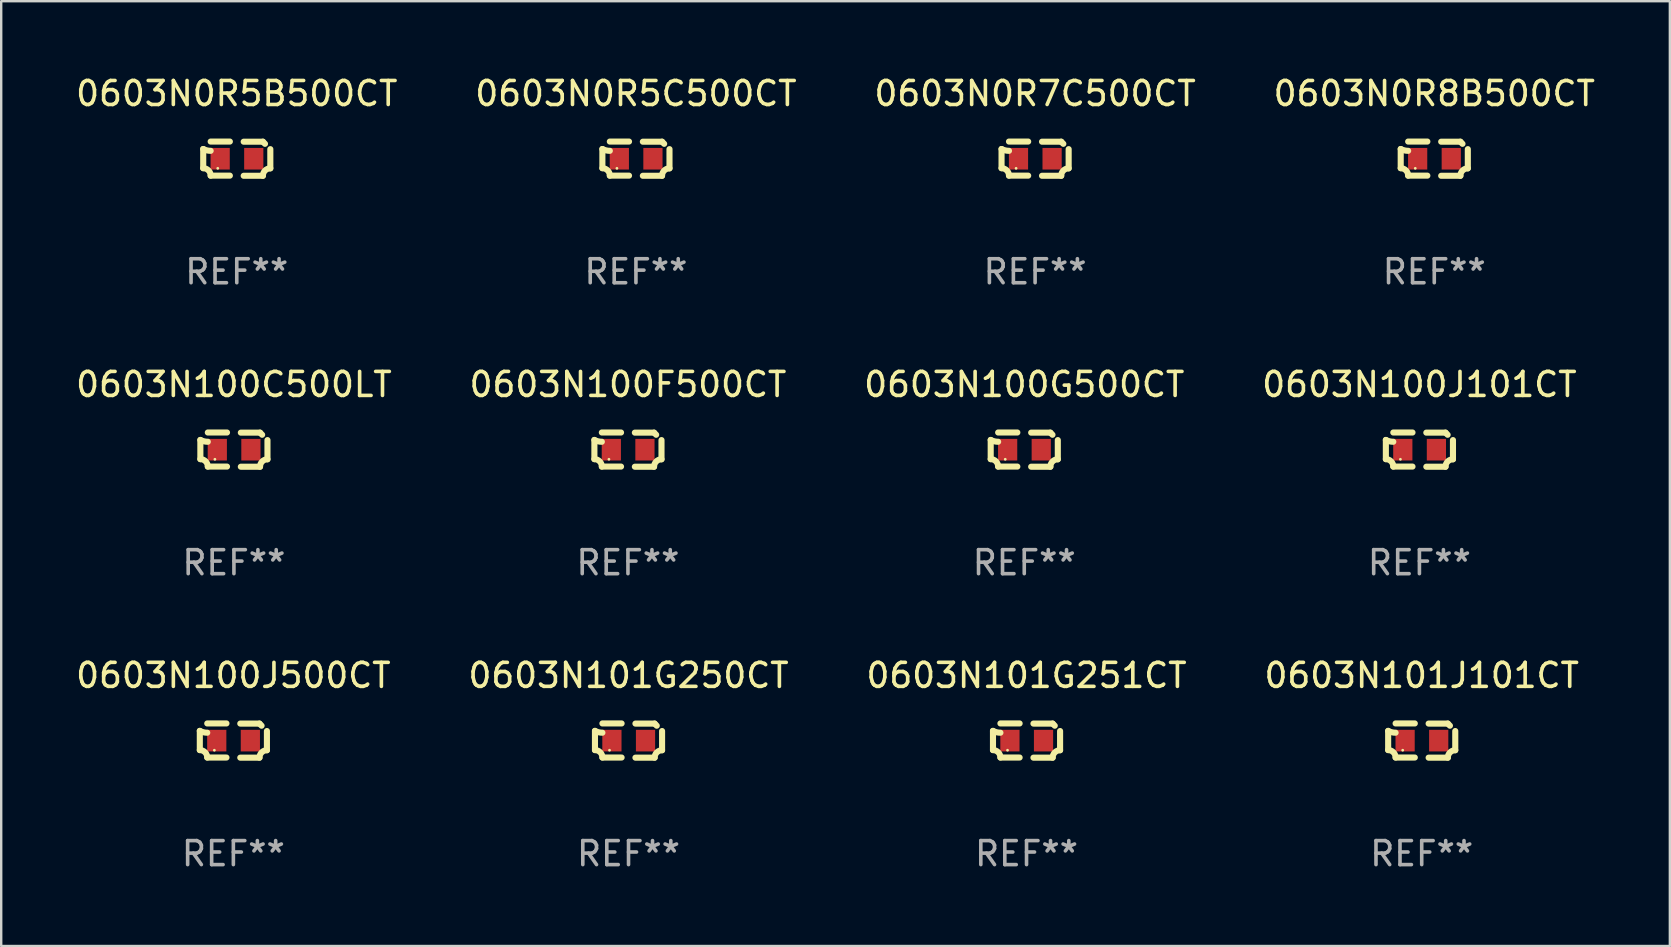
<source format=kicad_pcb>
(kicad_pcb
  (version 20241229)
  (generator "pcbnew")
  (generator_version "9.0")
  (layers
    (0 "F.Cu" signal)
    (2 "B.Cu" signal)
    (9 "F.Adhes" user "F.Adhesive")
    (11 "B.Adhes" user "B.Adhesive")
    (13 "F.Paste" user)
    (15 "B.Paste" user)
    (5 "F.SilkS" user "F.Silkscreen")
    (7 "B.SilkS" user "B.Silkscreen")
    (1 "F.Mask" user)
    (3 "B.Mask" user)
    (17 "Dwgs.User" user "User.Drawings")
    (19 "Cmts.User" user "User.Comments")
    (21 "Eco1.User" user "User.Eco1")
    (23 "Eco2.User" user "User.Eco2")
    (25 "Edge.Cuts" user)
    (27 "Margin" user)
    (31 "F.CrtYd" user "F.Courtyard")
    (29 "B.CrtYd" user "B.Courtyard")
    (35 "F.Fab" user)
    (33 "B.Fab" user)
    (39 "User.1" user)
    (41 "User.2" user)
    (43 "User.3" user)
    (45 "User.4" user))
  (footprint "0603N100C500LT"
    (layer "F.Cu")
    (at 6.696 15.683)
    (property "Reference" "0603N100C500LT" (at 0 -2.713 0) (layer "F.SilkS") (effects (font (size 1 1) (thickness 0.15))))
    (attr through_hole)
    (fp_line (start -1.398 -0.403) (end -1.398 0.397) (stroke (width 0.254) (type solid)) (layer "F.SilkS"))
    (fp_line (start -0.288 -0.713) (end -1.088 -0.713) (stroke (width 0.254) (type solid)) (layer "F.SilkS"))
    (fp_line (start -0.288 0.707) (end -1.088 0.707) (stroke (width 0.254) (type solid)) (layer "F.SilkS"))
    (fp_line (start 0.288 -0.707) (end 1.088 -0.707) (stroke (width 0.254) (type solid)) (layer "F.SilkS"))
    (fp_line (start 0.288 0.713) (end 1.088 0.713) (stroke (width 0.254) (type solid)) (layer "F.SilkS"))
    (fp_line (start 1.398 -0.397) (end 1.398 0.403) (stroke (width 0.254) (type solid)) (layer "F.SilkS"))
    (fp_arc (start -1.397789 0.397066) (mid -1.178701 0.487826) (end -1.08796 0.706922) (stroke (width 0.254001) (type solid)) (layer "F.SilkS"))
    (fp_arc (start -1.08796 -0.327176) (mid -1.247436 -0.346384) (end -1.39779 -0.402908) (stroke (width 0.254001) (type solid)) (layer "F.SilkS"))
    (fp_arc (start 1.087909 0.712738) (mid 1.178656 0.493655) (end 1.397739 0.402908) (stroke (width 0.254001) (type solid)) (layer "F.SilkS"))
    (fp_arc (start 1.175925 -0.618926) (mid 1.131917 -0.662923) (end 1.08791 -0.706922) (stroke (width 0.254001) (type solid)) (layer "F.SilkS"))
    (fp_circle (center -0.792 0.403) (end -0.762 0.403) (stroke (width 0.06) (type solid)) (fill no) (layer "F.SilkS"))
    (fp_text user "REF**" (at 0 4.713 0) (layer "F.Fab") (effects (font (size 1 1) (thickness 0.15))))
    (pad "1" smd rect (at -0.692 0.003) (size 0.8 0.9) (layers "F.Cu" "F.Mask" "F.Paste"))
    (pad "2" smd rect (at 0.708 0.003) (size 0.8 0.9) (layers "F.Cu" "F.Mask" "F.Paste")))
  (footprint "0603N101G250CT"
    (layer "F.Cu")
    (at 23.137 27.805)
    (property "Reference" "0603N101G250CT" (at 0 -2.713 0) (layer "F.SilkS") (effects (font (size 1 1) (thickness 0.15))))
    (attr through_hole)
    (fp_line (start -1.398 -0.403) (end -1.398 0.397) (stroke (width 0.254) (type solid)) (layer "F.SilkS"))
    (fp_line (start -0.288 -0.713) (end -1.088 -0.713) (stroke (width 0.254) (type solid)) (layer "F.SilkS"))
    (fp_line (start -0.288 0.707) (end -1.088 0.707) (stroke (width 0.254) (type solid)) (layer "F.SilkS"))
    (fp_line (start 0.288 -0.707) (end 1.088 -0.707) (stroke (width 0.254) (type solid)) (layer "F.SilkS"))
    (fp_line (start 0.288 0.713) (end 1.088 0.713) (stroke (width 0.254) (type solid)) (layer "F.SilkS"))
    (fp_line (start 1.398 -0.397) (end 1.398 0.403) (stroke (width 0.254) (type solid)) (layer "F.SilkS"))
    (fp_arc (start -1.397789 0.397066) (mid -1.178701 0.487826) (end -1.08796 0.706922) (stroke (width 0.254001) (type solid)) (layer "F.SilkS"))
    (fp_arc (start -1.08796 -0.327176) (mid -1.247436 -0.346384) (end -1.39779 -0.402908) (stroke (width 0.254001) (type solid)) (layer "F.SilkS"))
    (fp_arc (start 1.087909 0.712738) (mid 1.178656 0.493655) (end 1.397739 0.402908) (stroke (width 0.254001) (type solid)) (layer "F.SilkS"))
    (fp_arc (start 1.175925 -0.618926) (mid 1.131917 -0.662923) (end 1.08791 -0.706922) (stroke (width 0.254001) (type solid)) (layer "F.SilkS"))
    (fp_circle (center -0.792 0.403) (end -0.762 0.403) (stroke (width 0.06) (type solid)) (fill no) (layer "F.SilkS"))
    (fp_text user "REF**" (at 0 4.713 0) (layer "F.Fab") (effects (font (size 1 1) (thickness 0.15))))
    (pad "1" smd rect (at -0.692 0.003) (size 0.8 0.9) (layers "F.Cu" "F.Mask" "F.Paste"))
    (pad "2" smd rect (at 0.708 0.003) (size 0.8 0.9) (layers "F.Cu" "F.Mask" "F.Paste")))
  (footprint "0603N100G500CT"
    (layer "F.Cu")
    (at 39.625 15.683)
    (property "Reference" "0603N100G500CT" (at 0 -2.713 0) (layer "F.SilkS") (effects (font (size 1 1) (thickness 0.15))))
    (attr through_hole)
    (fp_line (start -1.398 -0.403) (end -1.398 0.397) (stroke (width 0.254) (type solid)) (layer "F.SilkS"))
    (fp_line (start -0.288 -0.713) (end -1.088 -0.713) (stroke (width 0.254) (type solid)) (layer "F.SilkS"))
    (fp_line (start -0.288 0.707) (end -1.088 0.707) (stroke (width 0.254) (type solid)) (layer "F.SilkS"))
    (fp_line (start 0.288 -0.707) (end 1.088 -0.707) (stroke (width 0.254) (type solid)) (layer "F.SilkS"))
    (fp_line (start 0.288 0.713) (end 1.088 0.713) (stroke (width 0.254) (type solid)) (layer "F.SilkS"))
    (fp_line (start 1.398 -0.397) (end 1.398 0.403) (stroke (width 0.254) (type solid)) (layer "F.SilkS"))
    (fp_arc (start -1.397789 0.397066) (mid -1.178701 0.487826) (end -1.08796 0.706922) (stroke (width 0.254001) (type solid)) (layer "F.SilkS"))
    (fp_arc (start -1.08796 -0.327176) (mid -1.247436 -0.346384) (end -1.39779 -0.402908) (stroke (width 0.254001) (type solid)) (layer "F.SilkS"))
    (fp_arc (start 1.087909 0.712738) (mid 1.178656 0.493655) (end 1.397739 0.402908) (stroke (width 0.254001) (type solid)) (layer "F.SilkS"))
    (fp_arc (start 1.175925 -0.618926) (mid 1.131917 -0.662923) (end 1.08791 -0.706922) (stroke (width 0.254001) (type solid)) (layer "F.SilkS"))
    (fp_circle (center -0.792 0.403) (end -0.762 0.403) (stroke (width 0.06) (type solid)) (fill no) (layer "F.SilkS"))
    (fp_text user "REF**" (at 0 4.713 0) (layer "F.Fab") (effects (font (size 1 1) (thickness 0.15))))
    (pad "1" smd rect (at -0.692 0.003) (size 0.8 0.9) (layers "F.Cu" "F.Mask" "F.Paste"))
    (pad "2" smd rect (at 0.708 0.003) (size 0.8 0.9) (layers "F.Cu" "F.Mask" "F.Paste")))
  (footprint "0603N0R5C500CT"
    (layer "F.Cu")
    (at 23.446 3.561)
    (property "Reference" "0603N0R5C500CT" (at 0 -2.713 0) (layer "F.SilkS") (effects (font (size 1 1) (thickness 0.15))))
    (attr through_hole)
    (fp_line (start -1.398 -0.403) (end -1.398 0.397) (stroke (width 0.254) (type solid)) (layer "F.SilkS"))
    (fp_line (start -0.288 -0.713) (end -1.088 -0.713) (stroke (width 0.254) (type solid)) (layer "F.SilkS"))
    (fp_line (start -0.288 0.707) (end -1.088 0.707) (stroke (width 0.254) (type solid)) (layer "F.SilkS"))
    (fp_line (start 0.288 -0.707) (end 1.088 -0.707) (stroke (width 0.254) (type solid)) (layer "F.SilkS"))
    (fp_line (start 0.288 0.713) (end 1.088 0.713) (stroke (width 0.254) (type solid)) (layer "F.SilkS"))
    (fp_line (start 1.398 -0.397) (end 1.398 0.403) (stroke (width 0.254) (type solid)) (layer "F.SilkS"))
    (fp_arc (start -1.397789 0.397066) (mid -1.178701 0.487826) (end -1.08796 0.706922) (stroke (width 0.254001) (type solid)) (layer "F.SilkS"))
    (fp_arc (start -1.08796 -0.327176) (mid -1.247436 -0.346384) (end -1.39779 -0.402908) (stroke (width 0.254001) (type solid)) (layer "F.SilkS"))
    (fp_arc (start 1.087909 0.712738) (mid 1.178656 0.493655) (end 1.397739 0.402908) (stroke (width 0.254001) (type solid)) (layer "F.SilkS"))
    (fp_arc (start 1.175925 -0.618926) (mid 1.131917 -0.662923) (end 1.08791 -0.706922) (stroke (width 0.254001) (type solid)) (layer "F.SilkS"))
    (fp_circle (center -0.792 0.403) (end -0.762 0.403) (stroke (width 0.06) (type solid)) (fill no) (layer "F.SilkS"))
    (fp_text user "REF**" (at 0 4.713 0) (layer "F.Fab") (effects (font (size 1 1) (thickness 0.15))))
    (pad "1" smd rect (at -0.692 0.003) (size 0.8 0.9) (layers "F.Cu" "F.Mask" "F.Paste"))
    (pad "2" smd rect (at 0.708 0.003) (size 0.8 0.9) (layers "F.Cu" "F.Mask" "F.Paste")))
  (footprint "0603N0R5B500CT"
    (layer "F.Cu")
    (at 6.815 3.561)
    (property "Reference" "0603N0R5B500CT" (at 0 -2.713 0) (layer "F.SilkS") (effects (font (size 1 1) (thickness 0.15))))
    (attr through_hole)
    (fp_line (start -1.398 -0.403) (end -1.398 0.397) (stroke (width 0.254) (type solid)) (layer "F.SilkS"))
    (fp_line (start -0.288 -0.713) (end -1.088 -0.713) (stroke (width 0.254) (type solid)) (layer "F.SilkS"))
    (fp_line (start -0.288 0.707) (end -1.088 0.707) (stroke (width 0.254) (type solid)) (layer "F.SilkS"))
    (fp_line (start 0.288 -0.707) (end 1.088 -0.707) (stroke (width 0.254) (type solid)) (layer "F.SilkS"))
    (fp_line (start 0.288 0.713) (end 1.088 0.713) (stroke (width 0.254) (type solid)) (layer "F.SilkS"))
    (fp_line (start 1.398 -0.397) (end 1.398 0.403) (stroke (width 0.254) (type solid)) (layer "F.SilkS"))
    (fp_arc (start -1.397789 0.397066) (mid -1.178701 0.487826) (end -1.08796 0.706922) (stroke (width 0.254001) (type solid)) (layer "F.SilkS"))
    (fp_arc (start -1.08796 -0.327176) (mid -1.247436 -0.346384) (end -1.39779 -0.402908) (stroke (width 0.254001) (type solid)) (layer "F.SilkS"))
    (fp_arc (start 1.087909 0.712738) (mid 1.178656 0.493655) (end 1.397739 0.402908) (stroke (width 0.254001) (type solid)) (layer "F.SilkS"))
    (fp_arc (start 1.175925 -0.618926) (mid 1.131917 -0.662923) (end 1.08791 -0.706922) (stroke (width 0.254001) (type solid)) (layer "F.SilkS"))
    (fp_circle (center -0.792 0.403) (end -0.762 0.403) (stroke (width 0.06) (type solid)) (fill no) (layer "F.SilkS"))
    (fp_text user "REF**" (at 0 4.713 0) (layer "F.Fab") (effects (font (size 1 1) (thickness 0.15))))
    (pad "1" smd rect (at -0.692 0.003) (size 0.8 0.9) (layers "F.Cu" "F.Mask" "F.Paste"))
    (pad "2" smd rect (at 0.708 0.003) (size 0.8 0.9) (layers "F.Cu" "F.Mask" "F.Paste")))
  (footprint "0603N100J500CT"
    (layer "F.Cu")
    (at 6.673 27.805)
    (property "Reference" "0603N100J500CT" (at 0 -2.713 0) (layer "F.SilkS") (effects (font (size 1 1) (thickness 0.15))))
    (attr through_hole)
    (fp_line (start -1.398 -0.403) (end -1.398 0.397) (stroke (width 0.254) (type solid)) (layer "F.SilkS"))
    (fp_line (start -0.288 -0.713) (end -1.088 -0.713) (stroke (width 0.254) (type solid)) (layer "F.SilkS"))
    (fp_line (start -0.288 0.707) (end -1.088 0.707) (stroke (width 0.254) (type solid)) (layer "F.SilkS"))
    (fp_line (start 0.288 -0.707) (end 1.088 -0.707) (stroke (width 0.254) (type solid)) (layer "F.SilkS"))
    (fp_line (start 0.288 0.713) (end 1.088 0.713) (stroke (width 0.254) (type solid)) (layer "F.SilkS"))
    (fp_line (start 1.398 -0.397) (end 1.398 0.403) (stroke (width 0.254) (type solid)) (layer "F.SilkS"))
    (fp_arc (start -1.397789 0.397066) (mid -1.178701 0.487826) (end -1.08796 0.706922) (stroke (width 0.254001) (type solid)) (layer "F.SilkS"))
    (fp_arc (start -1.08796 -0.327176) (mid -1.247436 -0.346384) (end -1.39779 -0.402908) (stroke (width 0.254001) (type solid)) (layer "F.SilkS"))
    (fp_arc (start 1.087909 0.712738) (mid 1.178656 0.493655) (end 1.397739 0.402908) (stroke (width 0.254001) (type solid)) (layer "F.SilkS"))
    (fp_arc (start 1.175925 -0.618926) (mid 1.131917 -0.662923) (end 1.08791 -0.706922) (stroke (width 0.254001) (type solid)) (layer "F.SilkS"))
    (fp_circle (center -0.792 0.403) (end -0.762 0.403) (stroke (width 0.06) (type solid)) (fill no) (layer "F.SilkS"))
    (fp_text user "REF**" (at 0 4.713 0) (layer "F.Fab") (effects (font (size 1 1) (thickness 0.15))))
    (pad "1" smd rect (at -0.692 0.003) (size 0.8 0.9) (layers "F.Cu" "F.Mask" "F.Paste"))
    (pad "2" smd rect (at 0.708 0.003) (size 0.8 0.9) (layers "F.Cu" "F.Mask" "F.Paste")))
  (footprint "0603N101J101CT"
    (layer "F.Cu")
    (at 56.185 27.805)
    (property "Reference" "0603N101J101CT" (at 0 -2.713 0) (layer "F.SilkS") (effects (font (size 1 1) (thickness 0.15))))
    (attr through_hole)
    (fp_line (start -1.398 -0.403) (end -1.398 0.397) (stroke (width 0.254) (type solid)) (layer "F.SilkS"))
    (fp_line (start -0.288 -0.713) (end -1.088 -0.713) (stroke (width 0.254) (type solid)) (layer "F.SilkS"))
    (fp_line (start -0.288 0.707) (end -1.088 0.707) (stroke (width 0.254) (type solid)) (layer "F.SilkS"))
    (fp_line (start 0.288 -0.707) (end 1.088 -0.707) (stroke (width 0.254) (type solid)) (layer "F.SilkS"))
    (fp_line (start 0.288 0.713) (end 1.088 0.713) (stroke (width 0.254) (type solid)) (layer "F.SilkS"))
    (fp_line (start 1.398 -0.397) (end 1.398 0.403) (stroke (width 0.254) (type solid)) (layer "F.SilkS"))
    (fp_arc (start -1.397789 0.397066) (mid -1.178701 0.487826) (end -1.08796 0.706922) (stroke (width 0.254001) (type solid)) (layer "F.SilkS"))
    (fp_arc (start -1.08796 -0.327176) (mid -1.247436 -0.346384) (end -1.39779 -0.402908) (stroke (width 0.254001) (type solid)) (layer "F.SilkS"))
    (fp_arc (start 1.087909 0.712738) (mid 1.178656 0.493655) (end 1.397739 0.402908) (stroke (width 0.254001) (type solid)) (layer "F.SilkS"))
    (fp_arc (start 1.175925 -0.618926) (mid 1.131917 -0.662923) (end 1.08791 -0.706922) (stroke (width 0.254001) (type solid)) (layer "F.SilkS"))
    (fp_circle (center -0.792 0.403) (end -0.762 0.403) (stroke (width 0.06) (type solid)) (fill no) (layer "F.SilkS"))
    (fp_text user "REF**" (at 0 4.713 0) (layer "F.Fab") (effects (font (size 1 1) (thickness 0.15))))
    (pad "1" smd rect (at -0.692 0.003) (size 0.8 0.9) (layers "F.Cu" "F.Mask" "F.Paste"))
    (pad "2" smd rect (at 0.708 0.003) (size 0.8 0.9) (layers "F.Cu" "F.Mask" "F.Paste")))
  (footprint "0603N100J101CT"
    (layer "F.Cu")
    (at 56.089 15.683)
    (property "Reference" "0603N100J101CT" (at 0 -2.713 0) (layer "F.SilkS") (effects (font (size 1 1) (thickness 0.15))))
    (attr through_hole)
    (fp_line (start -1.398 -0.403) (end -1.398 0.397) (stroke (width 0.254) (type solid)) (layer "F.SilkS"))
    (fp_line (start -0.288 -0.713) (end -1.088 -0.713) (stroke (width 0.254) (type solid)) (layer "F.SilkS"))
    (fp_line (start -0.288 0.707) (end -1.088 0.707) (stroke (width 0.254) (type solid)) (layer "F.SilkS"))
    (fp_line (start 0.288 -0.707) (end 1.088 -0.707) (stroke (width 0.254) (type solid)) (layer "F.SilkS"))
    (fp_line (start 0.288 0.713) (end 1.088 0.713) (stroke (width 0.254) (type solid)) (layer "F.SilkS"))
    (fp_line (start 1.398 -0.397) (end 1.398 0.403) (stroke (width 0.254) (type solid)) (layer "F.SilkS"))
    (fp_arc (start -1.397789 0.397066) (mid -1.178701 0.487826) (end -1.08796 0.706922) (stroke (width 0.254001) (type solid)) (layer "F.SilkS"))
    (fp_arc (start -1.08796 -0.327176) (mid -1.247436 -0.346384) (end -1.39779 -0.402908) (stroke (width 0.254001) (type solid)) (layer "F.SilkS"))
    (fp_arc (start 1.087909 0.712738) (mid 1.178656 0.493655) (end 1.397739 0.402908) (stroke (width 0.254001) (type solid)) (layer "F.SilkS"))
    (fp_arc (start 1.175925 -0.618926) (mid 1.131917 -0.662923) (end 1.08791 -0.706922) (stroke (width 0.254001) (type solid)) (layer "F.SilkS"))
    (fp_circle (center -0.792 0.403) (end -0.762 0.403) (stroke (width 0.06) (type solid)) (fill no) (layer "F.SilkS"))
    (fp_text user "REF**" (at 0 4.713 0) (layer "F.Fab") (effects (font (size 1 1) (thickness 0.15))))
    (pad "1" smd rect (at -0.692 0.003) (size 0.8 0.9) (layers "F.Cu" "F.Mask" "F.Paste"))
    (pad "2" smd rect (at 0.708 0.003) (size 0.8 0.9) (layers "F.Cu" "F.Mask" "F.Paste")))
  (footprint "0603N0R7C500CT"
    (layer "F.Cu")
    (at 40.077 3.561)
    (property "Reference" "0603N0R7C500CT" (at 0 -2.713 0) (layer "F.SilkS") (effects (font (size 1 1) (thickness 0.15))))
    (attr through_hole)
    (fp_line (start -1.398 -0.403) (end -1.398 0.397) (stroke (width 0.254) (type solid)) (layer "F.SilkS"))
    (fp_line (start -0.288 -0.713) (end -1.088 -0.713) (stroke (width 0.254) (type solid)) (layer "F.SilkS"))
    (fp_line (start -0.288 0.707) (end -1.088 0.707) (stroke (width 0.254) (type solid)) (layer "F.SilkS"))
    (fp_line (start 0.288 -0.707) (end 1.088 -0.707) (stroke (width 0.254) (type solid)) (layer "F.SilkS"))
    (fp_line (start 0.288 0.713) (end 1.088 0.713) (stroke (width 0.254) (type solid)) (layer "F.SilkS"))
    (fp_line (start 1.398 -0.397) (end 1.398 0.403) (stroke (width 0.254) (type solid)) (layer "F.SilkS"))
    (fp_arc (start -1.397789 0.397066) (mid -1.178701 0.487826) (end -1.08796 0.706922) (stroke (width 0.254001) (type solid)) (layer "F.SilkS"))
    (fp_arc (start -1.08796 -0.327176) (mid -1.247436 -0.346384) (end -1.39779 -0.402908) (stroke (width 0.254001) (type solid)) (layer "F.SilkS"))
    (fp_arc (start 1.087909 0.712738) (mid 1.178656 0.493655) (end 1.397739 0.402908) (stroke (width 0.254001) (type solid)) (layer "F.SilkS"))
    (fp_arc (start 1.175925 -0.618926) (mid 1.131917 -0.662923) (end 1.08791 -0.706922) (stroke (width 0.254001) (type solid)) (layer "F.SilkS"))
    (fp_circle (center -0.792 0.403) (end -0.762 0.403) (stroke (width 0.06) (type solid)) (fill no) (layer "F.SilkS"))
    (fp_text user "REF**" (at 0 4.713 0) (layer "F.Fab") (effects (font (size 1 1) (thickness 0.15))))
    (pad "1" smd rect (at -0.692 0.003) (size 0.8 0.9) (layers "F.Cu" "F.Mask" "F.Paste"))
    (pad "2" smd rect (at 0.708 0.003) (size 0.8 0.9) (layers "F.Cu" "F.Mask" "F.Paste")))
  (footprint "0603N100F500CT"
    (layer "F.Cu")
    (at 23.113 15.683)
    (property "Reference" "0603N100F500CT" (at 0 -2.713 0) (layer "F.SilkS") (effects (font (size 1 1) (thickness 0.15))))
    (attr through_hole)
    (fp_line (start -1.398 -0.403) (end -1.398 0.397) (stroke (width 0.254) (type solid)) (layer "F.SilkS"))
    (fp_line (start -0.288 -0.713) (end -1.088 -0.713) (stroke (width 0.254) (type solid)) (layer "F.SilkS"))
    (fp_line (start -0.288 0.707) (end -1.088 0.707) (stroke (width 0.254) (type solid)) (layer "F.SilkS"))
    (fp_line (start 0.288 -0.707) (end 1.088 -0.707) (stroke (width 0.254) (type solid)) (layer "F.SilkS"))
    (fp_line (start 0.288 0.713) (end 1.088 0.713) (stroke (width 0.254) (type solid)) (layer "F.SilkS"))
    (fp_line (start 1.398 -0.397) (end 1.398 0.403) (stroke (width 0.254) (type solid)) (layer "F.SilkS"))
    (fp_arc (start -1.397789 0.397066) (mid -1.178701 0.487826) (end -1.08796 0.706922) (stroke (width 0.254001) (type solid)) (layer "F.SilkS"))
    (fp_arc (start -1.08796 -0.327176) (mid -1.247436 -0.346384) (end -1.39779 -0.402908) (stroke (width 0.254001) (type solid)) (layer "F.SilkS"))
    (fp_arc (start 1.087909 0.712738) (mid 1.178656 0.493655) (end 1.397739 0.402908) (stroke (width 0.254001) (type solid)) (layer "F.SilkS"))
    (fp_arc (start 1.175925 -0.618926) (mid 1.131917 -0.662923) (end 1.08791 -0.706922) (stroke (width 0.254001) (type solid)) (layer "F.SilkS"))
    (fp_circle (center -0.792 0.403) (end -0.762 0.403) (stroke (width 0.06) (type solid)) (fill no) (layer "F.SilkS"))
    (fp_text user "REF**" (at 0 4.713 0) (layer "F.Fab") (effects (font (size 1 1) (thickness 0.15))))
    (pad "1" smd rect (at -0.692 0.003) (size 0.8 0.9) (layers "F.Cu" "F.Mask" "F.Paste"))
    (pad "2" smd rect (at 0.708 0.003) (size 0.8 0.9) (layers "F.Cu" "F.Mask" "F.Paste")))
  (footprint "0603N101G251CT"
    (layer "F.Cu")
    (at 39.72 27.805)
    (property "Reference" "0603N101G251CT" (at 0 -2.713 0) (layer "F.SilkS") (effects (font (size 1 1) (thickness 0.15))))
    (attr through_hole)
    (fp_line (start -1.398 -0.403) (end -1.398 0.397) (stroke (width 0.254) (type solid)) (layer "F.SilkS"))
    (fp_line (start -0.288 -0.713) (end -1.088 -0.713) (stroke (width 0.254) (type solid)) (layer "F.SilkS"))
    (fp_line (start -0.288 0.707) (end -1.088 0.707) (stroke (width 0.254) (type solid)) (layer "F.SilkS"))
    (fp_line (start 0.288 -0.707) (end 1.088 -0.707) (stroke (width 0.254) (type solid)) (layer "F.SilkS"))
    (fp_line (start 0.288 0.713) (end 1.088 0.713) (stroke (width 0.254) (type solid)) (layer "F.SilkS"))
    (fp_line (start 1.398 -0.397) (end 1.398 0.403) (stroke (width 0.254) (type solid)) (layer "F.SilkS"))
    (fp_arc (start -1.397789 0.397066) (mid -1.178701 0.487826) (end -1.08796 0.706922) (stroke (width 0.254001) (type solid)) (layer "F.SilkS"))
    (fp_arc (start -1.08796 -0.327176) (mid -1.247436 -0.346384) (end -1.39779 -0.402908) (stroke (width 0.254001) (type solid)) (layer "F.SilkS"))
    (fp_arc (start 1.087909 0.712738) (mid 1.178656 0.493655) (end 1.397739 0.402908) (stroke (width 0.254001) (type solid)) (layer "F.SilkS"))
    (fp_arc (start 1.175925 -0.618926) (mid 1.131917 -0.662923) (end 1.08791 -0.706922) (stroke (width 0.254001) (type solid)) (layer "F.SilkS"))
    (fp_circle (center -0.792 0.403) (end -0.762 0.403) (stroke (width 0.06) (type solid)) (fill no) (layer "F.SilkS"))
    (fp_text user "REF**" (at 0 4.713 0) (layer "F.Fab") (effects (font (size 1 1) (thickness 0.15))))
    (pad "1" smd rect (at -0.692 0.003) (size 0.8 0.9) (layers "F.Cu" "F.Mask" "F.Paste"))
    (pad "2" smd rect (at 0.708 0.003) (size 0.8 0.9) (layers "F.Cu" "F.Mask" "F.Paste")))
  (footprint "0603N0R8B500CT"
    (layer "F.Cu")
    (at 56.708 3.561)
    (property "Reference" "0603N0R8B500CT" (at 0 -2.713 0) (layer "F.SilkS") (effects (font (size 1 1) (thickness 0.15))))
    (attr through_hole)
    (fp_line (start -1.398 -0.403) (end -1.398 0.397) (stroke (width 0.254) (type solid)) (layer "F.SilkS"))
    (fp_line (start -0.288 -0.713) (end -1.088 -0.713) (stroke (width 0.254) (type solid)) (layer "F.SilkS"))
    (fp_line (start -0.288 0.707) (end -1.088 0.707) (stroke (width 0.254) (type solid)) (layer "F.SilkS"))
    (fp_line (start 0.288 -0.707) (end 1.088 -0.707) (stroke (width 0.254) (type solid)) (layer "F.SilkS"))
    (fp_line (start 0.288 0.713) (end 1.088 0.713) (stroke (width 0.254) (type solid)) (layer "F.SilkS"))
    (fp_line (start 1.398 -0.397) (end 1.398 0.403) (stroke (width 0.254) (type solid)) (layer "F.SilkS"))
    (fp_arc (start -1.397789 0.397066) (mid -1.178701 0.487826) (end -1.08796 0.706922) (stroke (width 0.254001) (type solid)) (layer "F.SilkS"))
    (fp_arc (start -1.08796 -0.327176) (mid -1.247436 -0.346384) (end -1.39779 -0.402908) (stroke (width 0.254001) (type solid)) (layer "F.SilkS"))
    (fp_arc (start 1.087909 0.712738) (mid 1.178656 0.493655) (end 1.397739 0.402908) (stroke (width 0.254001) (type solid)) (layer "F.SilkS"))
    (fp_arc (start 1.175925 -0.618926) (mid 1.131917 -0.662923) (end 1.08791 -0.706922) (stroke (width 0.254001) (type solid)) (layer "F.SilkS"))
    (fp_circle (center -0.792 0.403) (end -0.762 0.403) (stroke (width 0.06) (type solid)) (fill no) (layer "F.SilkS"))
    (fp_text user "REF**" (at 0 4.713 0) (layer "F.Fab") (effects (font (size 1 1) (thickness 0.15))))
    (pad "1" smd rect (at -0.692 0.003) (size 0.8 0.9) (layers "F.Cu" "F.Mask" "F.Paste"))
    (pad "2" smd rect (at 0.708 0.003) (size 0.8 0.9) (layers "F.Cu" "F.Mask" "F.Paste")))
  (gr_rect
    (start -3 -3)
    (end 66.524 36.366)
    (stroke (width 0.1) (type default))
    (fill no)
    (layer "Edge.Cuts")))
</source>
